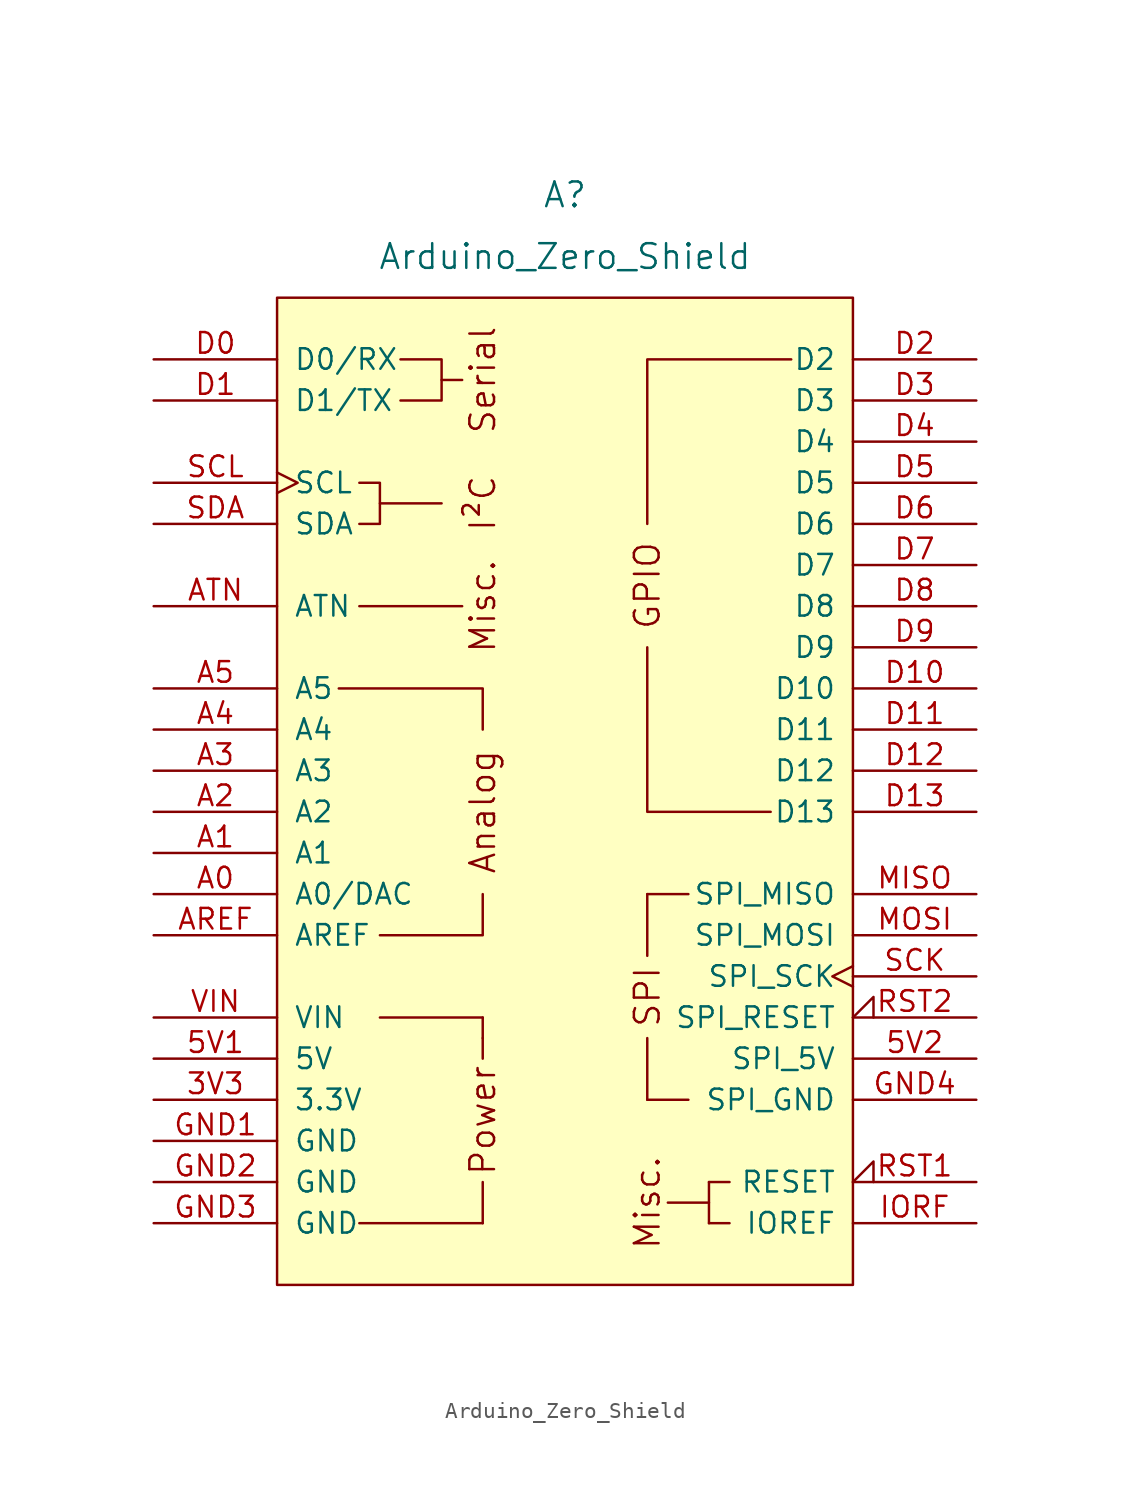
<source format=kicad_sym>
(kicad_symbol_lib
  (version 20231120)
  (generator "kicad_symbol_editor")
  (generator_version "8.0")
  (symbol "Arduino_Zero_Shield"
    (pin_names
      (offset 1.016))
    (property "Reference" "A"
      (at 0 36.83 0)
      (effects (font (size 1.524 1.524))))
    (property "Value" "Arduino_Zero_Shield"
      (at 0 33.02 0)
      (effects (font (size 1.524 1.524))))
    (symbol "Arduino_Zero_Shield_0_0"
      (rectangle (start -17.78 30.48) (end 17.78 -30.48) (stroke (width 0) (type default)) (fill (type background)))
      (rectangle (start -12.7 -26.67) (end -5.08 -26.67) (stroke (width 0) (type default)) (fill (type none)))
      (rectangle (start -11.43 -13.97) (end -5.08 -13.97) (stroke (width 0) (type default)) (fill (type none)))
      (polyline (pts (xy -11.43 17.78) (xy -7.62 17.78)) (stroke (width 0) (type default)) (fill (type none)))
      (polyline (pts (xy -7.62 25.4) (xy -6.35 25.4)) (stroke (width 0) (type default)) (fill (type none)))
      (polyline (pts (xy -6.35 11.43) (xy -12.7 11.43)) (stroke (width 0) (type default)) (fill (type none)))
      (polyline (pts (xy -5.08 -26.67) (xy -5.08 -24.13)) (stroke (width 0) (type default)) (fill (type none)))
      (polyline (pts (xy -5.08 -15.24) (xy -5.08 -16.51)) (stroke (width 0) (type default)) (fill (type none)))
      (polyline (pts (xy -5.08 -13.97) (xy -5.08 -15.24)) (stroke (width 0) (type default)) (fill (type none)))
      (polyline (pts (xy -5.08 -6.35) (xy -5.08 -8.89) (xy -11.43 -8.89)) (stroke (width 0) (type default)) (fill (type none)))
      (polyline (pts (xy -5.08 3.81) (xy -5.08 6.35) (xy -13.97 6.35)) (stroke (width 0) (type default)) (fill (type none)))
      (polyline (pts (xy 5.08 8.89) (xy 5.08 -1.27) (xy 12.7 -1.27)) (stroke (width 0) (type default)) (fill (type none)))
      (polyline (pts (xy 5.08 16.51) (xy 5.08 26.67) (xy 13.97 26.67)) (stroke (width 0) (type default)) (fill (type none)))
      (polyline (pts (xy -12.7 19.05) (xy -11.43 19.05) (xy -11.43 16.51) (xy -12.7 16.51)) (stroke (width 0) (type default)) (fill (type none)))
      (polyline (pts (xy -10.16 26.67) (xy -7.62 26.67) (xy -7.62 24.13) (xy -10.16 24.13)) (stroke (width 0) (type default)) (fill (type none)))
      (rectangle (start 5.08 -19.05) (end 5.08 -15.24) (stroke (width 0) (type default)) (fill (type none)))
      (rectangle (start 5.08 -19.05) (end 7.62 -19.05) (stroke (width 0) (type default)) (fill (type none)))
      (rectangle (start 5.08 -10.16) (end 5.08 -6.35) (stroke (width 0) (type default)) (fill (type none)))
      (rectangle (start 7.62 -6.35) (end 5.08 -6.35) (stroke (width 0) (type default)) (fill (type none)))
      (rectangle (start 8.89 -25.4) (end 6.35 -25.4) (stroke (width 0) (type default)) (fill (type none)))
      (rectangle (start 8.89 -24.13) (end 8.89 -26.67) (stroke (width 0) (type default)) (fill (type none)))
      (rectangle (start 10.16 -26.67) (end 8.89 -26.67) (stroke (width 0) (type default)) (fill (type none)))
      (rectangle (start 10.16 -24.13) (end 8.89 -24.13) (stroke (width 0) (type default)) (fill (type none)))
      (text "Analog" (at -5.08 -1.27 900) (effects (font (size 1.524 1.524))))
      (text "I²C" (at -5.08 17.78 900) (effects (font (size 1.524 1.524))))
      (text "Misc." (at -5.08 11.43 900) (effects (font (size 1.524 1.524))))
      (text "Misc." (at 5.08 -25.4 900) (effects (font (size 1.524 1.524))))
      (text "Power" (at -5.08 -20.32 900) (effects (font (size 1.524 1.524))))
      (text "Serial" (at -5.08 25.4 900) (effects (font (size 1.524 1.524))))
      (text "SPI" (at 5.08 -12.7 900) (effects (font (size 1.524 1.524)))))
    (symbol "Arduino_Zero_Shield_1_0"
      (text "GPIO" (at 5.08 12.7 900) (effects (font (size 1.524 1.524)))))
    (symbol "Arduino_Zero_Shield_1_1"
      (pin power_in line (at -25.4 -19.05 0) (length 7.62) (name "3.3V" (effects (font (size 1.27 1.27)))) (number "3V3" (effects (font (size 1.27 1.27)))))
      (pin power_in line (at -25.4 -16.51 0) (length 7.62) (name "5V" (effects (font (size 1.27 1.27)))) (number "5V1" (effects (font (size 1.27 1.27)))))
      (pin power_in line (at 25.4 -16.51 180) (length 7.62) (name "SPI_5V" (effects (font (size 1.27 1.27)))) (number "5V2" (effects (font (size 1.27 1.27)))))
      (pin bidirectional line (at -25.4 -6.35 0) (length 7.62) (name "A0/DAC" (effects (font (size 1.27 1.27)))) (number "A0" (effects (font (size 1.27 1.27)))))
      (pin bidirectional line (at -25.4 -3.81 0) (length 7.62) (name "A1" (effects (font (size 1.27 1.27)))) (number "A1" (effects (font (size 1.27 1.27)))))
      (pin bidirectional line (at -25.4 -1.27 0) (length 7.62) (name "A2" (effects (font (size 1.27 1.27)))) (number "A2" (effects (font (size 1.27 1.27)))))
      (pin bidirectional line (at -25.4 1.27 0) (length 7.62) (name "A3" (effects (font (size 1.27 1.27)))) (number "A3" (effects (font (size 1.27 1.27)))))
      (pin bidirectional line (at -25.4 3.81 0) (length 7.62) (name "A4" (effects (font (size 1.27 1.27)))) (number "A4" (effects (font (size 1.27 1.27)))))
      (pin bidirectional line (at -25.4 6.35 0) (length 7.62) (name "A5" (effects (font (size 1.27 1.27)))) (number "A5" (effects (font (size 1.27 1.27)))))
      (pin input line (at -25.4 -8.89 0) (length 7.62) (name "AREF" (effects (font (size 1.27 1.27)))) (number "AREF" (effects (font (size 1.27 1.27)))))
      (pin bidirectional line (at -25.4 11.43 0) (length 7.62) (name "ATN" (effects (font (size 1.27 1.27)))) (number "ATN" (effects (font (size 1.27 1.27)))))
      (pin bidirectional line (at -25.4 26.67 0) (length 7.62) (name "D0/RX" (effects (font (size 1.27 1.27)))) (number "D0" (effects (font (size 1.27 1.27)))))
      (pin bidirectional line (at -25.4 24.13 0) (length 7.62) (name "D1/TX" (effects (font (size 1.27 1.27)))) (number "D1" (effects (font (size 1.27 1.27)))))
      (pin bidirectional line (at 25.4 6.35 180) (length 7.62) (name "D10" (effects (font (size 1.27 1.27)))) (number "D10" (effects (font (size 1.27 1.27)))))
      (pin bidirectional line (at 25.4 3.81 180) (length 7.62) (name "D11" (effects (font (size 1.27 1.27)))) (number "D11" (effects (font (size 1.27 1.27)))))
      (pin bidirectional line (at 25.4 1.27 180) (length 7.62) (name "D12" (effects (font (size 1.27 1.27)))) (number "D12" (effects (font (size 1.27 1.27)))))
      (pin bidirectional line (at 25.4 -1.27 180) (length 7.62) (name "D13" (effects (font (size 1.27 1.27)))) (number "D13" (effects (font (size 1.27 1.27)))))
      (pin bidirectional line (at 25.4 26.67 180) (length 7.62) (name "D2" (effects (font (size 1.27 1.27)))) (number "D2" (effects (font (size 1.27 1.27)))))
      (pin bidirectional line (at 25.4 24.13 180) (length 7.62) (name "D3" (effects (font (size 1.27 1.27)))) (number "D3" (effects (font (size 1.27 1.27)))))
      (pin bidirectional line (at 25.4 21.59 180) (length 7.62) (name "D4" (effects (font (size 1.27 1.27)))) (number "D4" (effects (font (size 1.27 1.27)))))
      (pin bidirectional line (at 25.4 19.05 180) (length 7.62) (name "D5" (effects (font (size 1.27 1.27)))) (number "D5" (effects (font (size 1.27 1.27)))))
      (pin bidirectional line (at 25.4 16.51 180) (length 7.62) (name "D6" (effects (font (size 1.27 1.27)))) (number "D6" (effects (font (size 1.27 1.27)))))
      (pin bidirectional line (at 25.4 13.97 180) (length 7.62) (name "D7" (effects (font (size 1.27 1.27)))) (number "D7" (effects (font (size 1.27 1.27)))))
      (pin bidirectional line (at 25.4 11.43 180) (length 7.62) (name "D8" (effects (font (size 1.27 1.27)))) (number "D8" (effects (font (size 1.27 1.27)))))
      (pin bidirectional line (at 25.4 8.89 180) (length 7.62) (name "D9" (effects (font (size 1.27 1.27)))) (number "D9" (effects (font (size 1.27 1.27)))))
      (pin power_in line (at -25.4 -21.59 0) (length 7.62) (name "GND" (effects (font (size 1.27 1.27)))) (number "GND1" (effects (font (size 1.27 1.27)))))
      (pin power_in line (at -25.4 -24.13 0) (length 7.62) (name "GND" (effects (font (size 1.27 1.27)))) (number "GND2" (effects (font (size 1.27 1.27)))))
      (pin power_in line (at -25.4 -26.67 0) (length 7.62) (name "GND" (effects (font (size 1.27 1.27)))) (number "GND3" (effects (font (size 1.27 1.27)))))
      (pin power_in line (at 25.4 -19.05 180) (length 7.62) (name "SPI_GND" (effects (font (size 1.27 1.27)))) (number "GND4" (effects (font (size 1.27 1.27)))))
      (pin output line (at 25.4 -26.67 180) (length 7.62) (name "IOREF" (effects (font (size 1.27 1.27)))) (number "IORF" (effects (font (size 1.27 1.27)))))
      (pin input line (at 25.4 -6.35 180) (length 7.62) (name "SPI_MISO" (effects (font (size 1.27 1.27)))) (number "MISO" (effects (font (size 1.27 1.27)))))
      (pin output line (at 25.4 -8.89 180) (length 7.62) (name "SPI_MOSI" (effects (font (size 1.27 1.27)))) (number "MOSI" (effects (font (size 1.27 1.27)))))
      (pin open_collector input_low (at 25.4 -24.13 180) (length 7.62) (name "RESET" (effects (font (size 1.27 1.27)))) (number "RST1" (effects (font (size 1.27 1.27)))))
      (pin open_collector input_low (at 25.4 -13.97 180) (length 7.62) (name "SPI_RESET" (effects (font (size 1.27 1.27)))) (number "RST2" (effects (font (size 1.27 1.27)))))
      (pin output clock (at 25.4 -11.43 180) (length 7.62) (name "SPI_SCK" (effects (font (size 1.27 1.27)))) (number "SCK" (effects (font (size 1.27 1.27)))))
      (pin bidirectional clock (at -25.4 19.05 0) (length 7.62) (name "SCL" (effects (font (size 1.27 1.27)))) (number "SCL" (effects (font (size 1.27 1.27)))))
      (pin bidirectional line (at -25.4 16.51 0) (length 7.62) (name "SDA" (effects (font (size 1.27 1.27)))) (number "SDA" (effects (font (size 1.27 1.27)))))
      (pin power_in line (at -25.4 -13.97 0) (length 7.62) (name "VIN" (effects (font (size 1.27 1.27)))) (number "VIN" (effects (font (size 1.27 1.27))))))))
</source>
